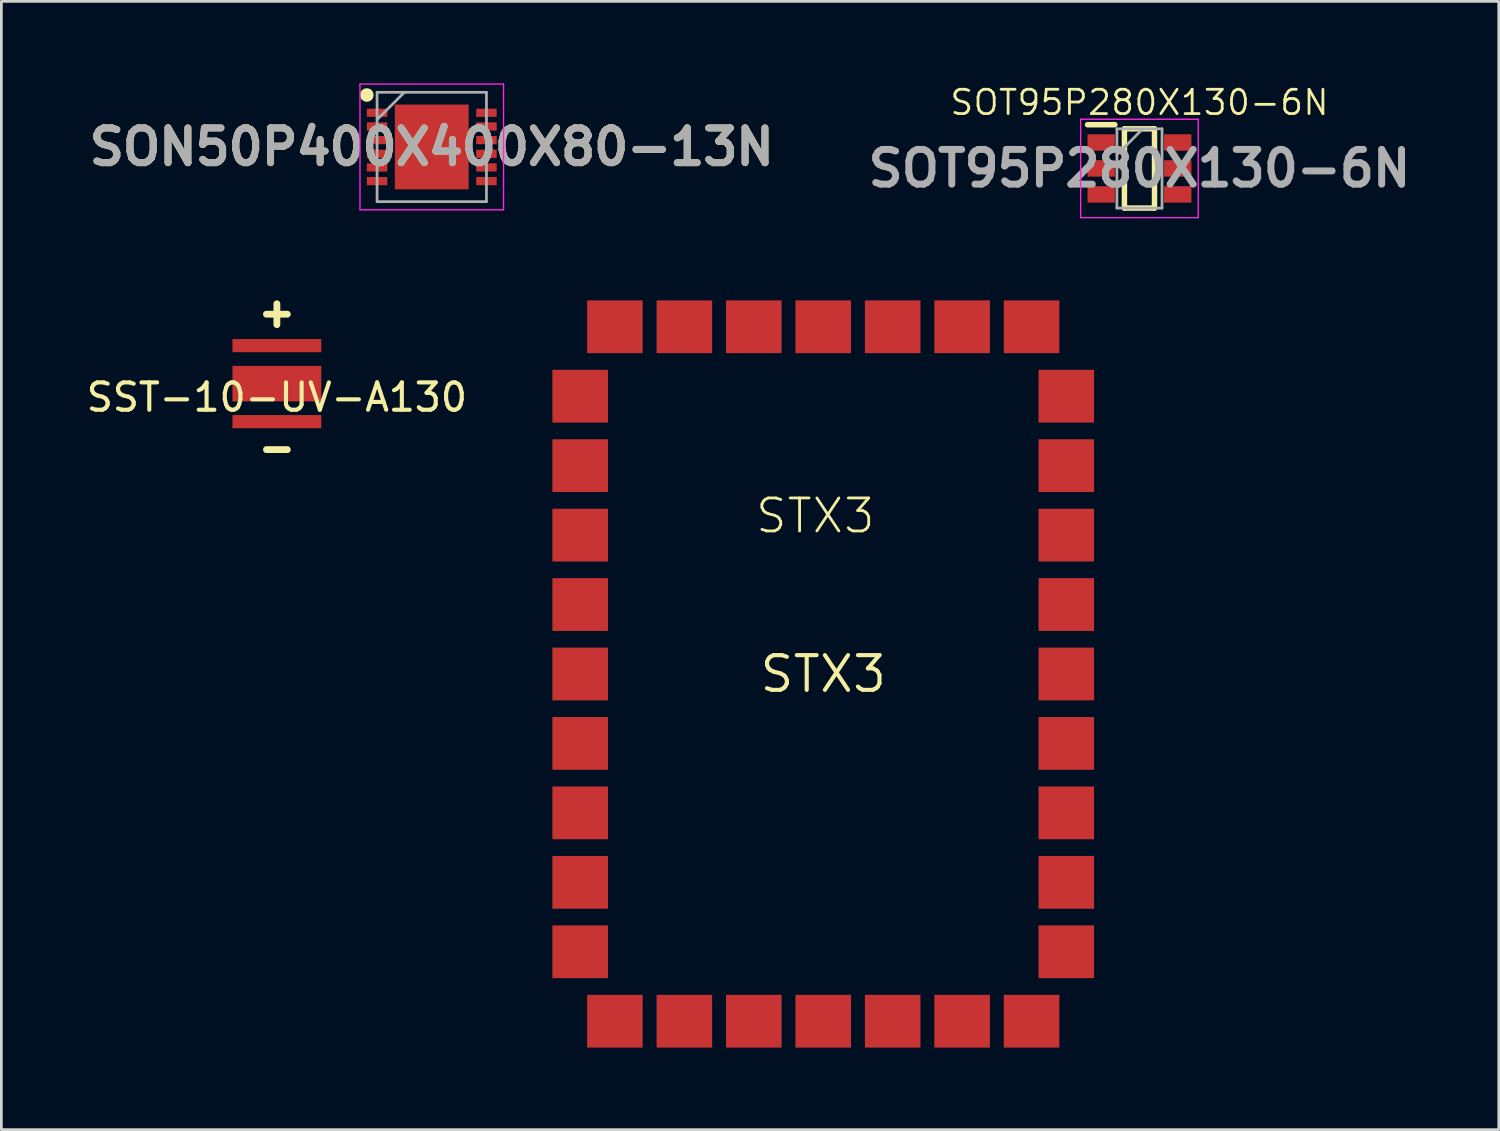
<source format=kicad_pcb>
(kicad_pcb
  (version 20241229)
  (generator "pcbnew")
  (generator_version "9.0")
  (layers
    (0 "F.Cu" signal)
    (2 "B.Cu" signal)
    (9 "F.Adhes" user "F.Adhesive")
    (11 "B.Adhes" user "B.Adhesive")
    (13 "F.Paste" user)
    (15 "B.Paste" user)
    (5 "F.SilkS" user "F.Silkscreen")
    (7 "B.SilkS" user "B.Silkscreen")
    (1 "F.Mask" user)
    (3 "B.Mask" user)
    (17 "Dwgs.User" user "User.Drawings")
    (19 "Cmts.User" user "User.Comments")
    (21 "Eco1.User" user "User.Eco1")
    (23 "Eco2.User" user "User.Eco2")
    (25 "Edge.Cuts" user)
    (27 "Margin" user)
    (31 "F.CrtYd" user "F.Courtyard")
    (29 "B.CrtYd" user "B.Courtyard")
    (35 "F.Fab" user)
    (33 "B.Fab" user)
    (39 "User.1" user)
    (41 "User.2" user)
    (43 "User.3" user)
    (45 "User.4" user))
  (footprint "SST-10-UV-A130"
    (layer "F.Cu")
    (at 7.077 10.982)
    (property "Reference" "SST-10-UV-A130" (at 0 0.5 0) (layer "F.SilkS") (effects (font (size 1 1) (thickness 0.15))))
    (attr through_hole)
    (fp_line (start -0.381 -2.54) (end 0.381 -2.54) (stroke (width 0.25) (type solid)) (layer "F.SilkS"))
    (fp_line (start -0.381 2.413) (end 0.381 2.413) (stroke (width 0.25) (type solid)) (layer "F.SilkS"))
    (fp_line (start 0 -2.159) (end 0 -2.921) (stroke (width 0.25) (type solid)) (layer "F.SilkS"))
    (pad "1" smd rect (at 0 -1.39) (size 3.25 0.48) (layers "F.Cu" "F.Mask" "F.Paste"))
    (pad "2" smd rect (at 0 0) (size 3.25 1.3) (layers "F.Cu" "F.Mask" "F.Paste"))
    (pad "3" smd rect (at 0 1.39) (size 3.25 0.48) (layers "F.Cu" "F.Mask" "F.Paste")))
  (footprint "STX3"
    (layer "F.Cu")
    (at 27.061 21.602)
    (property "Reference" "STX3" (at 0 0 0) (layer "F.SilkS") (effects (font (size 1.27 1.27) (thickness 0.15))))
    (attr through_hole)
    (fp_text user "STX3" (at -2.54 -5.08 0) (layer "F.SilkS") (effects (font (size 1.206 1.206) (thickness 0.102)) (justify left bottom)))
    (pad "1" smd rect (at -8.89 -10.16) (size 2.032 1.93) (layers "F.Cu" "F.Mask" "F.Paste"))
    (pad "2" smd rect (at -8.89 -7.62) (size 2.032 1.93) (layers "F.Cu" "F.Mask" "F.Paste"))
    (pad "3" smd rect (at -8.89 -5.08) (size 2.032 1.93) (layers "F.Cu" "F.Mask" "F.Paste"))
    (pad "4" smd rect (at -8.89 -2.54) (size 2.032 1.93) (layers "F.Cu" "F.Mask" "F.Paste"))
    (pad "5" smd rect (at -8.89 0) (size 2.032 1.93) (layers "F.Cu" "F.Mask" "F.Paste"))
    (pad "6" smd rect (at -8.89 2.54) (size 2.032 1.93) (layers "F.Cu" "F.Mask" "F.Paste"))
    (pad "7" smd rect (at -8.89 5.08) (size 2.032 1.93) (layers "F.Cu" "F.Mask" "F.Paste"))
    (pad "8" smd rect (at -8.89 7.62) (size 2.032 1.93) (layers "F.Cu" "F.Mask" "F.Paste"))
    (pad "9" smd rect (at -8.89 10.16) (size 2.032 1.93) (layers "F.Cu" "F.Mask" "F.Paste"))
    (pad "10" smd rect (at -7.62 12.7) (size 2.032 1.93) (layers "F.Cu" "F.Mask" "F.Paste"))
    (pad "11" smd rect (at -5.08 12.7) (size 2.032 1.93) (layers "F.Cu" "F.Mask" "F.Paste"))
    (pad "12" smd rect (at -2.54 12.7) (size 2.032 1.93) (layers "F.Cu" "F.Mask" "F.Paste"))
    (pad "13" smd rect (at 0 12.7) (size 2.032 1.93) (layers "F.Cu" "F.Mask" "F.Paste"))
    (pad "14" smd rect (at 2.54 12.7) (size 2.032 1.93) (layers "F.Cu" "F.Mask" "F.Paste"))
    (pad "15" smd rect (at 5.08 12.7) (size 2.032 1.93) (layers "F.Cu" "F.Mask" "F.Paste"))
    (pad "16" smd rect (at 7.62 12.7) (size 2.032 1.93) (layers "F.Cu" "F.Mask" "F.Paste"))
    (pad "17" smd rect (at 8.89 10.16) (size 2.032 1.93) (layers "F.Cu" "F.Mask" "F.Paste"))
    (pad "18" smd rect (at 8.89 7.62) (size 2.032 1.93) (layers "F.Cu" "F.Mask" "F.Paste"))
    (pad "19" smd rect (at 8.89 5.08) (size 2.032 1.93) (layers "F.Cu" "F.Mask" "F.Paste"))
    (pad "20" smd rect (at 8.89 2.54) (size 2.032 1.93) (layers "F.Cu" "F.Mask" "F.Paste"))
    (pad "21" smd rect (at 8.89 0) (size 2.032 1.93) (layers "F.Cu" "F.Mask" "F.Paste"))
    (pad "22" smd rect (at 8.89 -2.54) (size 2.032 1.93) (layers "F.Cu" "F.Mask" "F.Paste"))
    (pad "23" smd rect (at 8.89 -5.08) (size 2.032 1.93) (layers "F.Cu" "F.Mask" "F.Paste"))
    (pad "24" smd rect (at 8.89 -7.62) (size 2.032 1.93) (layers "F.Cu" "F.Mask" "F.Paste"))
    (pad "25" smd rect (at 8.89 -10.16) (size 2.032 1.93) (layers "F.Cu" "F.Mask" "F.Paste"))
    (pad "26" smd rect (at 7.62 -12.7) (size 2.032 1.93) (layers "F.Cu" "F.Mask" "F.Paste"))
    (pad "27" smd rect (at 5.08 -12.7) (size 2.032 1.93) (layers "F.Cu" "F.Mask" "F.Paste"))
    (pad "28" smd rect (at 2.54 -12.7) (size 2.032 1.93) (layers "F.Cu" "F.Mask" "F.Paste"))
    (pad "29" smd rect (at 0 -12.7) (size 2.032 1.93) (layers "F.Cu" "F.Mask" "F.Paste"))
    (pad "30" smd rect (at -2.54 -12.7) (size 2.032 1.93) (layers "F.Cu" "F.Mask" "F.Paste"))
    (pad "31" smd rect (at -5.08 -12.7) (size 2.032 1.93) (layers "F.Cu" "F.Mask" "F.Paste"))
    (pad "32" smd rect (at -7.62 -12.7) (size 2.032 1.93) (layers "F.Cu" "F.Mask" "F.Paste")))
  (footprint "SOT95P280X130-6N"
    (layer "F.Cu")
    (at 38.627 3.111)
    (property "Reference" "SOT95P280X130-6N" (at 0 -2.413 0) (layer "F.SilkS") (effects (font (size 0.889 0.889) (thickness 0.102))))
    (attr smd)
    (fp_line (start -1.9 -1.6) (end -0.9 -1.6) (stroke (width 0.2) (type solid)) (layer "F.SilkS"))
    (fp_line (start -0.55 -1.45) (end 0.55 -1.45) (stroke (width 0.2) (type solid)) (layer "F.SilkS"))
    (fp_line (start -0.55 1.45) (end -0.55 -1.45) (stroke (width 0.2) (type solid)) (layer "F.SilkS"))
    (fp_line (start 0.55 -1.45) (end 0.55 1.45) (stroke (width 0.2) (type solid)) (layer "F.SilkS"))
    (fp_line (start 0.55 1.45) (end -0.55 1.45) (stroke (width 0.2) (type solid)) (layer "F.SilkS"))
    (fp_line (start -2.15 -1.8) (end 2.15 -1.8) (stroke (width 0.05) (type solid)) (layer "F.CrtYd"))
    (fp_line (start -2.15 1.8) (end -2.15 -1.8) (stroke (width 0.05) (type solid)) (layer "F.CrtYd"))
    (fp_line (start 2.15 -1.8) (end 2.15 1.8) (stroke (width 0.05) (type solid)) (layer "F.CrtYd"))
    (fp_line (start 2.15 1.8) (end -2.15 1.8) (stroke (width 0.05) (type solid)) (layer "F.CrtYd"))
    (fp_line (start -0.825 -1.45) (end 0.825 -1.45) (stroke (width 0.1) (type solid)) (layer "F.Fab"))
    (fp_line (start -0.825 -0.5) (end 0.125 -1.45) (stroke (width 0.1) (type solid)) (layer "F.Fab"))
    (fp_line (start -0.825 1.45) (end -0.825 -1.45) (stroke (width 0.1) (type solid)) (layer "F.Fab"))
    (fp_line (start 0.825 -1.45) (end 0.825 1.45) (stroke (width 0.1) (type solid)) (layer "F.Fab"))
    (fp_line (start 0.825 1.45) (end -0.825 1.45) (stroke (width 0.1) (type solid)) (layer "F.Fab"))
    (fp_text user "${REFERENCE}" (at 0 0 0) (layer "F.Fab") (effects (font (size 1.27 1.27) (thickness 0.254))))
    (pad "1" smd rect (at -1.4 -0.95 90) (size 0.6 1) (layers "F.Cu" "F.Mask" "F.Paste"))
    (pad "2" smd rect (at -1.4 0 90) (size 0.6 1) (layers "F.Cu" "F.Mask" "F.Paste"))
    (pad "3" smd rect (at -1.4 0.95 90) (size 0.6 1) (layers "F.Cu" "F.Mask" "F.Paste"))
    (pad "4" smd rect (at 1.4 0.95 90) (size 0.6 1) (layers "F.Cu" "F.Mask" "F.Paste"))
    (pad "5" smd rect (at 1.4 0 90) (size 0.6 1) (layers "F.Cu" "F.Mask" "F.Paste"))
    (pad "6" smd rect (at 1.4 -0.95 90) (size 0.6 1) (layers "F.Cu" "F.Mask" "F.Paste")))
  (footprint "SON50P400X400X80-13N"
    (layer "F.Cu")
    (at 12.742 2.325)
    (property "Reference" "SON50P400X400X80-13N" (at 0 0 0) (layer "F.SilkS") (effects (font (size 1.27 1.27) (thickness 0.254))))
    (attr smd)
    (fp_circle (center -2.375 -1.9) (end -2.375 -1.775) (stroke (width 0.25) (type solid)) (fill no) (layer "F.SilkS"))
    (fp_line (start -2.625 -2.3) (end 2.625 -2.3) (stroke (width 0.05) (type solid)) (layer "F.CrtYd"))
    (fp_line (start -2.625 2.3) (end -2.625 -2.3) (stroke (width 0.05) (type solid)) (layer "F.CrtYd"))
    (fp_line (start 2.625 -2.3) (end 2.625 2.3) (stroke (width 0.05) (type solid)) (layer "F.CrtYd"))
    (fp_line (start 2.625 2.3) (end -2.625 2.3) (stroke (width 0.05) (type solid)) (layer "F.CrtYd"))
    (fp_line (start -2 -2) (end 2 -2) (stroke (width 0.1) (type solid)) (layer "F.Fab"))
    (fp_line (start -2 -1) (end -1 -2) (stroke (width 0.1) (type solid)) (layer "F.Fab"))
    (fp_line (start -2 2) (end -2 -2) (stroke (width 0.1) (type solid)) (layer "F.Fab"))
    (fp_line (start 2 -2) (end 2 2) (stroke (width 0.1) (type solid)) (layer "F.Fab"))
    (fp_line (start 2 2) (end -2 2) (stroke (width 0.1) (type solid)) (layer "F.Fab"))
    (fp_text user "${REFERENCE}" (at 0 0 0) (layer "F.Fab") (effects (font (size 1.27 1.27) (thickness 0.254))))
    (pad "1" smd rect (at -2 -1.25 90) (size 0.3 0.75) (layers "F.Cu" "F.Mask" "F.Paste"))
    (pad "2" smd rect (at -2 -0.75 90) (size 0.3 0.75) (layers "F.Cu" "F.Mask" "F.Paste"))
    (pad "3" smd rect (at -2 -0.25 90) (size 0.3 0.75) (layers "F.Cu" "F.Mask" "F.Paste"))
    (pad "4" smd rect (at -2 0.25 90) (size 0.3 0.75) (layers "F.Cu" "F.Mask" "F.Paste"))
    (pad "5" smd rect (at -2 0.75 90) (size 0.3 0.75) (layers "F.Cu" "F.Mask" "F.Paste"))
    (pad "6" smd rect (at -2 1.25 90) (size 0.3 0.75) (layers "F.Cu" "F.Mask" "F.Paste"))
    (pad "7" smd rect (at 2 1.25 90) (size 0.3 0.75) (layers "F.Cu" "F.Mask" "F.Paste"))
    (pad "8" smd rect (at 2 0.75 90) (size 0.3 0.75) (layers "F.Cu" "F.Mask" "F.Paste"))
    (pad "9" smd rect (at 2 0.25 90) (size 0.3 0.75) (layers "F.Cu" "F.Mask" "F.Paste"))
    (pad "10" smd rect (at 2 -0.25 90) (size 0.3 0.75) (layers "F.Cu" "F.Mask" "F.Paste"))
    (pad "11" smd rect (at 2 -0.75 90) (size 0.3 0.75) (layers "F.Cu" "F.Mask" "F.Paste"))
    (pad "12" smd rect (at 2 -1.25 90) (size 0.3 0.75) (layers "F.Cu" "F.Mask" "F.Paste"))
    (pad "13" smd rect (at 0 0) (size 2.7 3.1) (layers "F.Cu" "F.Mask" "F.Paste")))
  (gr_rect
    (start -3 -3)
    (end 51.768 38.267)
    (stroke (width 0.1) (type default))
    (fill no)
    (layer "Edge.Cuts")))
</source>
